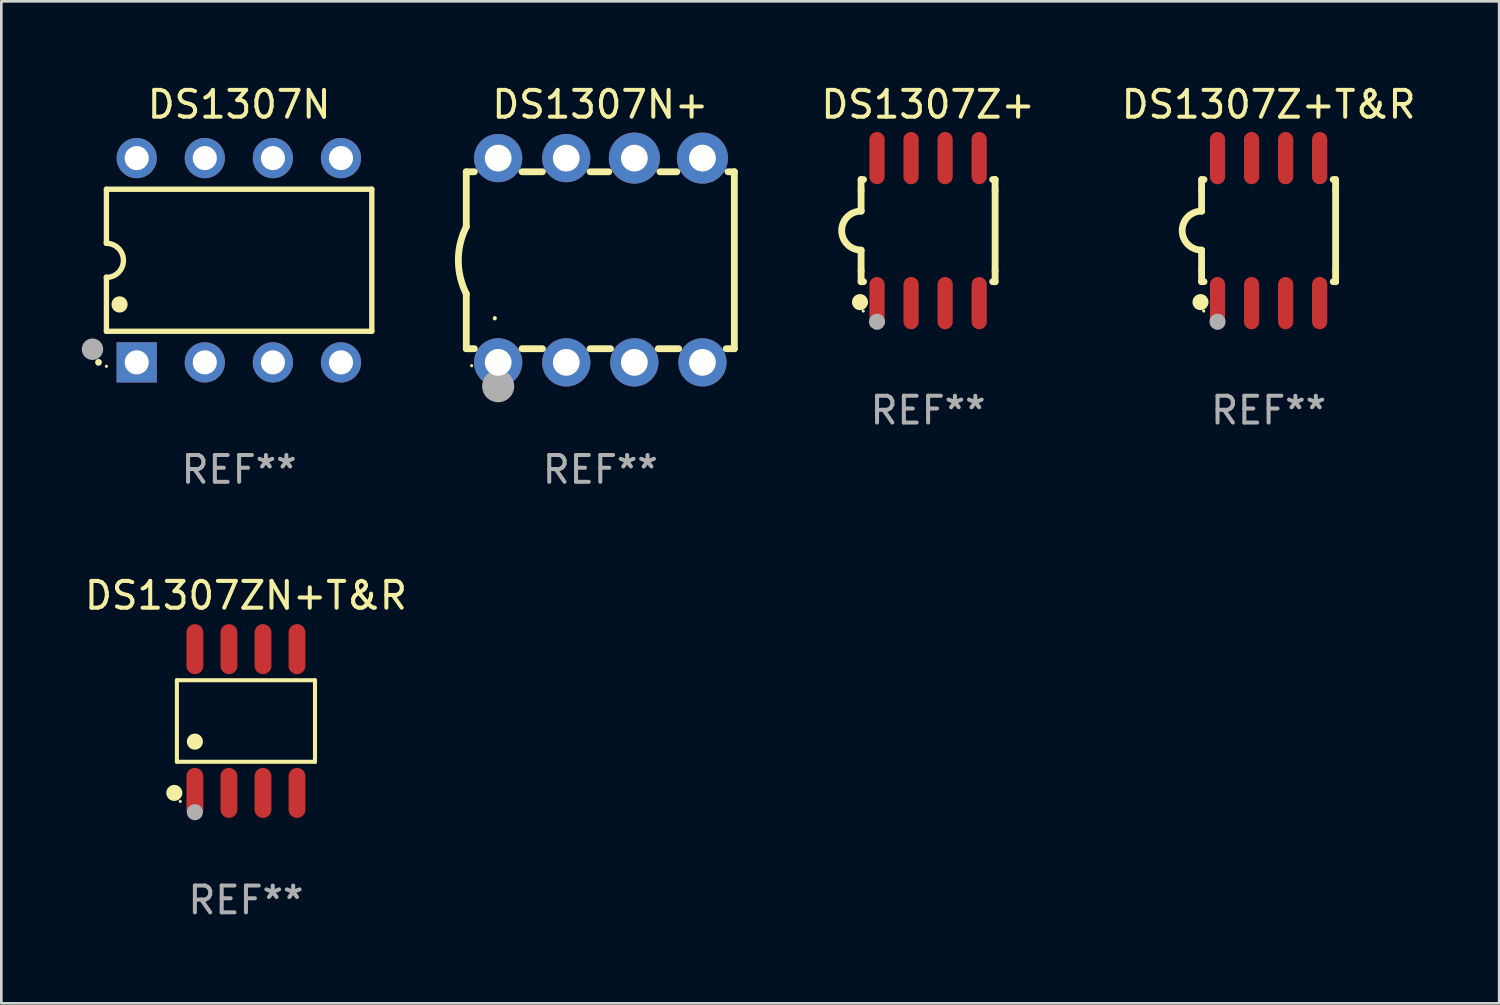
<source format=kicad_pcb>
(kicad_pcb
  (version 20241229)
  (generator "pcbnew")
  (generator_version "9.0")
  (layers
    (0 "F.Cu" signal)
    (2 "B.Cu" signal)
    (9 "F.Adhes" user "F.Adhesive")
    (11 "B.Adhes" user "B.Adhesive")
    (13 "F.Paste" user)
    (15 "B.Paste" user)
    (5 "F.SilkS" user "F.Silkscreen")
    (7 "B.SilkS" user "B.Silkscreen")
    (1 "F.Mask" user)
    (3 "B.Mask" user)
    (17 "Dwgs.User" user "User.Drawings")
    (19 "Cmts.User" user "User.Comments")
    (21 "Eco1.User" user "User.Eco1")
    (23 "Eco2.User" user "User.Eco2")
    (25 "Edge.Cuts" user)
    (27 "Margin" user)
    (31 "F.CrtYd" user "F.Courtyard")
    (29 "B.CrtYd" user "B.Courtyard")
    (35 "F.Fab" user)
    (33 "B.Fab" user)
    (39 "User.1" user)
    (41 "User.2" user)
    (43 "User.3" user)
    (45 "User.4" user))
  (footprint "DS1307ZN+T&R"
    (layer "F.Cu")
    (at 6.125 23.847)
    (property "Reference" "DS1307ZN+T&R" (at 0 -4.682 0) (layer "F.SilkS") (effects (font (size 1 1) (thickness 0.15))))
    (attr through_hole)
    (fp_line (start -2.576 -1.521) (end 2.576 -1.521) (stroke (width 0.152) (type solid)) (layer "F.SilkS"))
    (fp_line (start -2.576 1.521) (end -2.576 -1.521) (stroke (width 0.152) (type solid)) (layer "F.SilkS"))
    (fp_line (start 2.576 -1.521) (end 2.576 1.521) (stroke (width 0.152) (type solid)) (layer "F.SilkS"))
    (fp_line (start 2.576 1.521) (end -2.576 1.521) (stroke (width 0.152) (type solid)) (layer "F.SilkS"))
    (fp_circle (center -2.672 2.682) (end -2.522 2.682) (stroke (width 0.3) (type solid)) (fill no) (layer "F.SilkS"))
    (fp_circle (center -2.45 3) (end -2.42 3) (stroke (width 0.06) (type solid)) (fill no) (layer "F.SilkS"))
    (fp_circle (center -1.905 0.769) (end -1.755 0.769) (stroke (width 0.3) (type solid)) (fill no) (layer "F.SilkS"))
    (fp_circle (center -1.905 3.4) (end -1.755 3.4) (stroke (width 0.3) (type solid)) (fill no) (layer "F.Fab"))
    (fp_text user "REF**" (at 0 6.682 0) (layer "F.Fab") (effects (font (size 1 1) (thickness 0.15))))
    (pad "1" smd oval (at -1.905 2.682) (size 0.63 1.865) (layers "F.Cu" "F.Mask" "F.Paste"))
    (pad "2" smd oval (at -0.635 2.682) (size 0.63 1.865) (layers "F.Cu" "F.Mask" "F.Paste"))
    (pad "3" smd oval (at 0.635 2.682) (size 0.63 1.865) (layers "F.Cu" "F.Mask" "F.Paste"))
    (pad "4" smd oval (at 1.905 2.682) (size 0.63 1.865) (layers "F.Cu" "F.Mask" "F.Paste"))
    (pad "5" smd oval (at 1.905 -2.682) (size 0.63 1.865) (layers "F.Cu" "F.Mask" "F.Paste"))
    (pad "6" smd oval (at 0.635 -2.682) (size 0.63 1.865) (layers "F.Cu" "F.Mask" "F.Paste"))
    (pad "7" smd oval (at -0.635 -2.682) (size 0.63 1.865) (layers "F.Cu" "F.Mask" "F.Paste"))
    (pad "8" smd oval (at -1.905 -2.682) (size 0.63 1.865) (layers "F.Cu" "F.Mask" "F.Paste")))
  (footprint "DS1307Z+T&R"
    (layer "F.Cu")
    (at 44.274 5.553)
    (property "Reference" "DS1307Z+T&R" (at 0 -4.705 0) (layer "F.SilkS") (effects (font (size 1 1) (thickness 0.15))))
    (attr through_hole)
    (fp_line (start -2.5 -1.905) (end -2.409 -1.905) (stroke (width 0.254) (type solid)) (layer "F.SilkS"))
    (fp_line (start -2.5 -1.5) (end -2.5 -1.905) (stroke (width 0.254) (type solid)) (layer "F.SilkS"))
    (fp_line (start -2.5 -1.5) (end -2.5 -0.726) (stroke (width 0.254) (type solid)) (layer "F.SilkS"))
    (fp_line (start -2.5 1.5) (end -2.5 0.727) (stroke (width 0.254) (type solid)) (layer "F.SilkS"))
    (fp_line (start -2.5 1.5) (end -2.5 1.905) (stroke (width 0.254) (type solid)) (layer "F.SilkS"))
    (fp_line (start -2.5 1.905) (end -2.409 1.905) (stroke (width 0.254) (type solid)) (layer "F.SilkS"))
    (fp_line (start 2.5 -1.905) (end 2.409 -1.905) (stroke (width 0.254) (type solid)) (layer "F.SilkS"))
    (fp_line (start 2.5 -1.5) (end 2.5 -1.905) (stroke (width 0.254) (type solid)) (layer "F.SilkS"))
    (fp_line (start 2.5 -1.5) (end 2.5 1.5) (stroke (width 0.254) (type solid)) (layer "F.SilkS"))
    (fp_line (start 2.5 1.5) (end 2.5 1.905) (stroke (width 0.254) (type solid)) (layer "F.SilkS"))
    (fp_line (start 2.5 1.905) (end 2.409 1.905) (stroke (width 0.254) (type solid)) (layer "F.SilkS"))
    (fp_arc (start -2.5 0.726568) (mid -3.220316 -0.0023) (end -2.495097 -0.726289) (stroke (width 0.254001) (type solid)) (layer "F.SilkS"))
    (fp_circle (center -2.54 2.667) (end -2.39 2.667) (stroke (width 0.3) (type solid)) (fill no) (layer "F.SilkS"))
    (fp_circle (center -2.42 3) (end -2.39 3) (stroke (width 0.06) (type solid)) (fill no) (layer "F.SilkS"))
    (fp_circle (center -1.905 3.4) (end -1.755 3.4) (stroke (width 0.3) (type solid)) (fill no) (layer "F.Fab"))
    (fp_text user "REF**" (at 0 6.705 0) (layer "F.Fab") (effects (font (size 1 1) (thickness 0.15))))
    (pad "1" smd oval (at -1.905 2.705) (size 0.568 1.95) (layers "F.Cu" "F.Mask" "F.Paste"))
    (pad "2" smd oval (at -0.635 2.705) (size 0.568 1.95) (layers "F.Cu" "F.Mask" "F.Paste"))
    (pad "3" smd oval (at 0.635 2.705) (size 0.568 1.95) (layers "F.Cu" "F.Mask" "F.Paste"))
    (pad "4" smd oval (at 1.905 2.705) (size 0.568 1.95) (layers "F.Cu" "F.Mask" "F.Paste"))
    (pad "5" smd oval (at 1.905 -2.705) (size 0.568 1.95) (layers "F.Cu" "F.Mask" "F.Paste"))
    (pad "6" smd oval (at 0.635 -2.705) (size 0.568 1.95) (layers "F.Cu" "F.Mask" "F.Paste"))
    (pad "7" smd oval (at -0.635 -2.705) (size 0.568 1.95) (layers "F.Cu" "F.Mask" "F.Paste"))
    (pad "8" smd oval (at -1.905 -2.705) (size 0.568 1.95) (layers "F.Cu" "F.Mask" "F.Paste")))
  (footprint "DS1307N+"
    (layer "F.Cu")
    (at 19.344 6.658)
    (property "Reference" "DS1307N+" (at 0 -5.81 0) (layer "F.SilkS") (effects (font (size 1 1) (thickness 0.15))))
    (attr through_hole)
    (fp_line (start -5 -3.3) (end -5 -1.25) (stroke (width 0.254) (type solid)) (layer "F.SilkS"))
    (fp_line (start -5 -3.3) (end -4.698 -3.3) (stroke (width 0.254) (type solid)) (layer "F.SilkS"))
    (fp_line (start -5 3.3) (end -5 1.25) (stroke (width 0.254) (type solid)) (layer "F.SilkS"))
    (fp_line (start -5 3.3) (end -4.698 3.3) (stroke (width 0.254) (type solid)) (layer "F.SilkS"))
    (fp_line (start -2.922 -3.3) (end -2.158 -3.3) (stroke (width 0.254) (type solid)) (layer "F.SilkS"))
    (fp_line (start -2.922 3.3) (end -2.158 3.3) (stroke (width 0.254) (type solid)) (layer "F.SilkS"))
    (fp_line (start -0.382 -3.3) (end 0.316 -3.3) (stroke (width 0.254) (type solid)) (layer "F.SilkS"))
    (fp_line (start -0.382 3.3) (end 0.382 3.3) (stroke (width 0.254) (type solid)) (layer "F.SilkS"))
    (fp_line (start 2.158 3.3) (end 2.922 3.3) (stroke (width 0.254) (type solid)) (layer "F.SilkS"))
    (fp_line (start 2.224 -3.3) (end 2.856 -3.3) (stroke (width 0.254) (type solid)) (layer "F.SilkS"))
    (fp_line (start 4.698 3.3) (end 5 3.3) (stroke (width 0.254) (type solid)) (layer "F.SilkS"))
    (fp_line (start 4.764 -3.3) (end 5 -3.3) (stroke (width 0.254) (type solid)) (layer "F.SilkS"))
    (fp_line (start 5 -3.3) (end 5 3.3) (stroke (width 0.254) (type solid)) (layer "F.SilkS"))
    (fp_arc (start -5.00127 1.249682) (mid -5.295892 -0.000313) (end -5.000025 -1.250013) (stroke (width 0.254001) (type solid)) (layer "F.SilkS"))
    (fp_arc (start -3.937262 2.170256) (mid -3.937197 2.164629) (end -3.937008 2.159004) (stroke (width 0.149987) (type solid)) (layer "F.SilkS"))
    (fp_circle (center -4.8 3.935) (end -4.77 3.935) (stroke (width 0.06) (type solid)) (fill no) (layer "F.SilkS"))
    (fp_circle (center -3.81 4.699) (end -3.51 4.699) (stroke (width 0.6) (type solid)) (fill no) (layer "F.Fab"))
    (fp_text user "REF**" (at 0 7.81 0) (layer "F.Fab") (effects (font (size 1 1) (thickness 0.15))))
    (pad "1" thru_hole circle (at -3.81 3.81) (size 1.8 1.8) (drill 1) (layers "*.Cu" "*.Mask"))
    (pad "2" thru_hole circle (at -1.27 3.81) (size 1.8 1.8) (drill 1) (layers "*.Cu" "*.Mask"))
    (pad "3" thru_hole circle (at 1.27 3.81) (size 1.8 1.8) (drill 1) (layers "*.Cu" "*.Mask"))
    (pad "4" thru_hole circle (at 3.81 3.81) (size 1.8 1.8) (drill 1) (layers "*.Cu" "*.Mask"))
    (pad "5" thru_hole circle (at 3.81 -3.81) (size 1.905 1.905) (drill 1) (layers "*.Cu" "*.Mask"))
    (pad "6" thru_hole circle (at 1.27 -3.81) (size 1.905 1.905) (drill 1) (layers "*.Cu" "*.Mask"))
    (pad "7" thru_hole circle (at -1.27 -3.81) (size 1.8 1.8) (drill 1) (layers "*.Cu" "*.Mask"))
    (pad "8" thru_hole circle (at -3.81 -3.81) (size 1.8 1.8) (drill 1) (layers "*.Cu" "*.Mask")))
  (footprint "DS1307Z+"
    (layer "F.Cu")
    (at 31.572 5.553)
    (property "Reference" "DS1307Z+" (at 0 -4.705 0) (layer "F.SilkS") (effects (font (size 1 1) (thickness 0.15))))
    (attr through_hole)
    (fp_line (start -2.5 -1.905) (end -2.409 -1.905) (stroke (width 0.254) (type solid)) (layer "F.SilkS"))
    (fp_line (start -2.5 -1.5) (end -2.5 -1.905) (stroke (width 0.254) (type solid)) (layer "F.SilkS"))
    (fp_line (start -2.5 -1.5) (end -2.5 -0.726) (stroke (width 0.254) (type solid)) (layer "F.SilkS"))
    (fp_line (start -2.5 1.5) (end -2.5 0.727) (stroke (width 0.254) (type solid)) (layer "F.SilkS"))
    (fp_line (start -2.5 1.5) (end -2.5 1.905) (stroke (width 0.254) (type solid)) (layer "F.SilkS"))
    (fp_line (start -2.5 1.905) (end -2.409 1.905) (stroke (width 0.254) (type solid)) (layer "F.SilkS"))
    (fp_line (start 2.5 -1.905) (end 2.409 -1.905) (stroke (width 0.254) (type solid)) (layer "F.SilkS"))
    (fp_line (start 2.5 -1.5) (end 2.5 -1.905) (stroke (width 0.254) (type solid)) (layer "F.SilkS"))
    (fp_line (start 2.5 -1.5) (end 2.5 1.5) (stroke (width 0.254) (type solid)) (layer "F.SilkS"))
    (fp_line (start 2.5 1.5) (end 2.5 1.905) (stroke (width 0.254) (type solid)) (layer "F.SilkS"))
    (fp_line (start 2.5 1.905) (end 2.409 1.905) (stroke (width 0.254) (type solid)) (layer "F.SilkS"))
    (fp_arc (start -2.5 0.726568) (mid -3.220316 -0.0023) (end -2.495097 -0.726289) (stroke (width 0.254001) (type solid)) (layer "F.SilkS"))
    (fp_circle (center -2.54 2.667) (end -2.39 2.667) (stroke (width 0.3) (type solid)) (fill no) (layer "F.SilkS"))
    (fp_circle (center -2.42 3) (end -2.39 3) (stroke (width 0.06) (type solid)) (fill no) (layer "F.SilkS"))
    (fp_circle (center -1.905 3.4) (end -1.755 3.4) (stroke (width 0.3) (type solid)) (fill no) (layer "F.Fab"))
    (fp_text user "REF**" (at 0 6.705 0) (layer "F.Fab") (effects (font (size 1 1) (thickness 0.15))))
    (pad "1" smd oval (at -1.905 2.705) (size 0.568 1.95) (layers "F.Cu" "F.Mask" "F.Paste"))
    (pad "2" smd oval (at -0.635 2.705) (size 0.568 1.95) (layers "F.Cu" "F.Mask" "F.Paste"))
    (pad "3" smd oval (at 0.635 2.705) (size 0.568 1.95) (layers "F.Cu" "F.Mask" "F.Paste"))
    (pad "4" smd oval (at 1.905 2.705) (size 0.568 1.95) (layers "F.Cu" "F.Mask" "F.Paste"))
    (pad "5" smd oval (at 1.905 -2.705) (size 0.568 1.95) (layers "F.Cu" "F.Mask" "F.Paste"))
    (pad "6" smd oval (at 0.635 -2.705) (size 0.568 1.95) (layers "F.Cu" "F.Mask" "F.Paste"))
    (pad "7" smd oval (at -0.635 -2.705) (size 0.568 1.95) (layers "F.Cu" "F.Mask" "F.Paste"))
    (pad "8" smd oval (at -1.905 -2.705) (size 0.568 1.95) (layers "F.Cu" "F.Mask" "F.Paste")))
  (footprint "DS1307N"
    (layer "F.Cu")
    (at 5.87 6.658)
    (property "Reference" "DS1307N" (at 0 -5.81 0) (layer "F.SilkS") (effects (font (size 1 1) (thickness 0.15))))
    (attr through_hole)
    (fp_line (start -4.95 -2.649) (end 4.95 -2.649) (stroke (width 0.2) (type solid)) (layer "F.SilkS"))
    (fp_line (start -4.95 -0.635) (end -4.95 -2.649) (stroke (width 0.2) (type solid)) (layer "F.SilkS"))
    (fp_line (start -4.95 0.635) (end -4.95 0.64) (stroke (width 0.2) (type solid)) (layer "F.SilkS"))
    (fp_line (start -4.95 2.649) (end -4.95 0.635) (stroke (width 0.2) (type solid)) (layer "F.SilkS"))
    (fp_line (start -4.95 -0.64) (end -4.95 -0.635) (stroke (width 0.2) (type solid)) (layer "F.SilkS"))
    (fp_line (start 4.95 -2.649) (end 4.95 2.649) (stroke (width 0.2) (type solid)) (layer "F.SilkS"))
    (fp_line (start 4.95 2.649) (end -4.95 2.649) (stroke (width 0.2) (type solid)) (layer "F.SilkS"))
    (fp_arc (start -5.24511 3.810008) (mid -5.245117 3.808738) (end -5.24511 3.807468) (stroke (width 0.25) (type solid)) (layer "F.SilkS"))
    (fp_arc (start -4.950165 -0.629997) (mid -4.315164 0.005004) (end -4.950165 0.640005) (stroke (width 0.2) (type solid)) (layer "F.SilkS"))
    (fp_arc (start -4.460249 1.651003) (mid -4.46026 1.648463) (end -4.460249 1.645923) (stroke (width 0.6) (type solid)) (layer "F.SilkS"))
    (fp_circle (center -4.95 3.956) (end -4.92 3.956) (stroke (width 0.06) (type solid)) (fill no) (layer "F.SilkS"))
    (fp_circle (center -5.47 3.32) (end -5.27 3.32) (stroke (width 0.4) (type solid)) (fill no) (layer "F.Fab"))
    (fp_text user "REF**" (at 0 7.81 0) (layer "F.Fab") (effects (font (size 1 1) (thickness 0.15))))
    (pad "1" thru_hole rect (at -3.82 3.81) (size 1.5 1.5) (drill 0.9) (layers "*.Cu" "*.Mask"))
    (pad "2" thru_hole circle (at -1.28 3.81) (size 1.5 1.5) (drill 0.9) (layers "*.Cu" "*.Mask"))
    (pad "3" thru_hole circle (at 1.26 3.81) (size 1.5 1.5) (drill 0.9) (layers "*.Cu" "*.Mask"))
    (pad "4" thru_hole circle (at 3.8 3.81) (size 1.5 1.5) (drill 0.9) (layers "*.Cu" "*.Mask"))
    (pad "5" thru_hole circle (at 3.8 -3.81) (size 1.5 1.5) (drill 0.9) (layers "*.Cu" "*.Mask"))
    (pad "6" thru_hole circle (at 1.26 -3.81) (size 1.5 1.5) (drill 0.9) (layers "*.Cu" "*.Mask"))
    (pad "7" thru_hole circle (at -1.28 -3.81) (size 1.5 1.5) (drill 0.9) (layers "*.Cu" "*.Mask"))
    (pad "8" thru_hole circle (at -3.82 -3.81) (size 1.5 1.5) (drill 0.9) (layers "*.Cu" "*.Mask")))
  (gr_rect
    (start -3 -3)
    (end 52.875 34.378)
    (stroke (width 0.1) (type default))
    (fill no)
    (layer "Edge.Cuts")))
</source>
